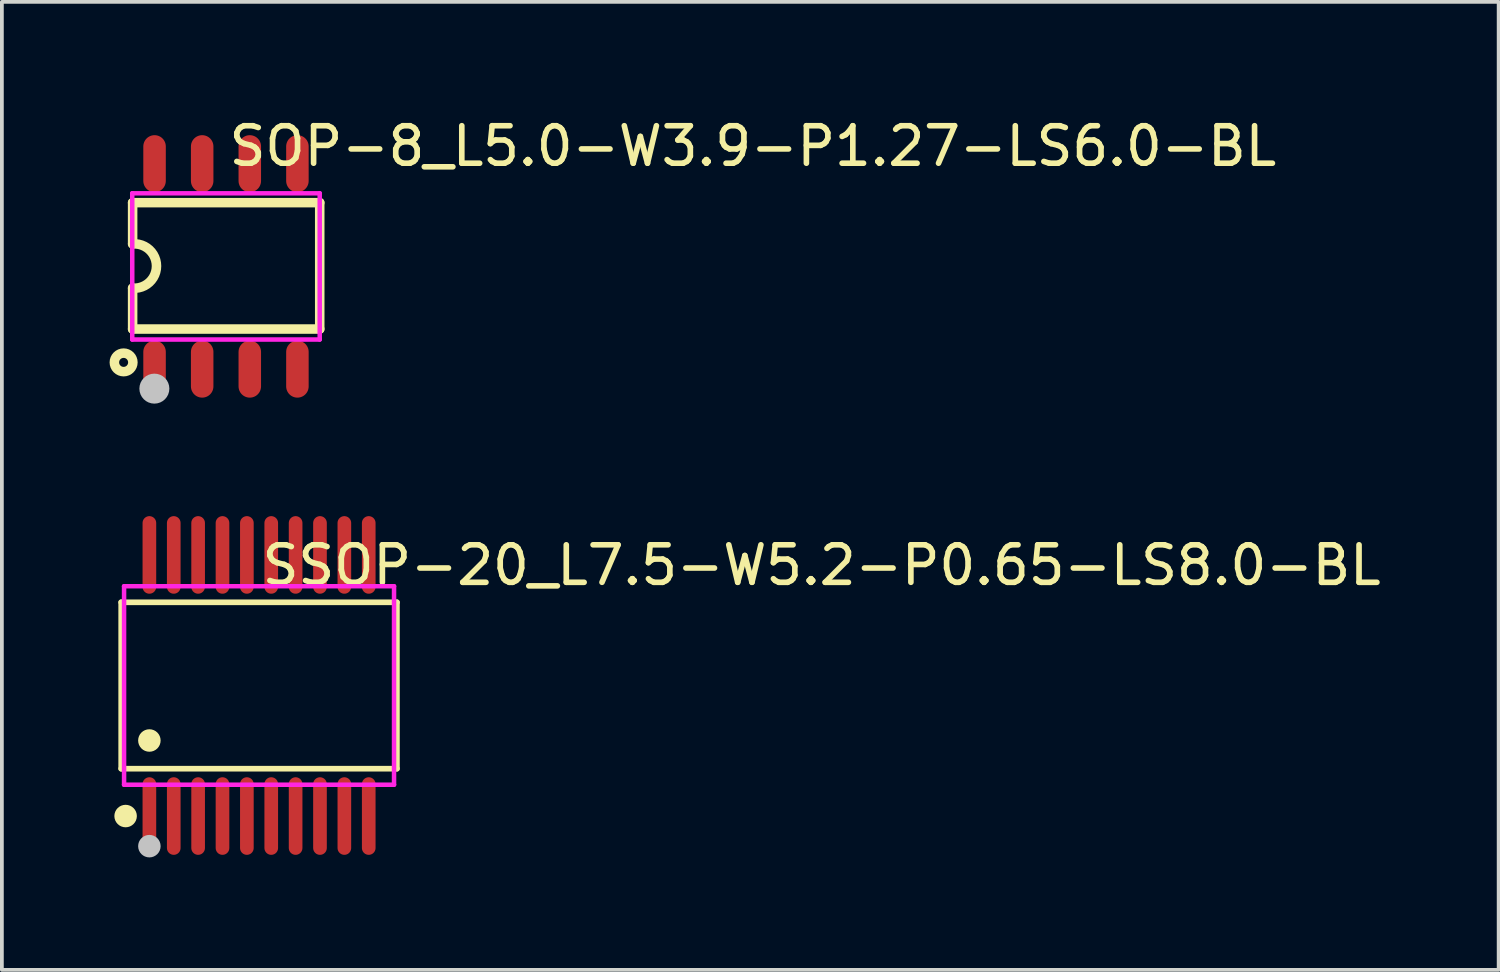
<source format=kicad_pcb>
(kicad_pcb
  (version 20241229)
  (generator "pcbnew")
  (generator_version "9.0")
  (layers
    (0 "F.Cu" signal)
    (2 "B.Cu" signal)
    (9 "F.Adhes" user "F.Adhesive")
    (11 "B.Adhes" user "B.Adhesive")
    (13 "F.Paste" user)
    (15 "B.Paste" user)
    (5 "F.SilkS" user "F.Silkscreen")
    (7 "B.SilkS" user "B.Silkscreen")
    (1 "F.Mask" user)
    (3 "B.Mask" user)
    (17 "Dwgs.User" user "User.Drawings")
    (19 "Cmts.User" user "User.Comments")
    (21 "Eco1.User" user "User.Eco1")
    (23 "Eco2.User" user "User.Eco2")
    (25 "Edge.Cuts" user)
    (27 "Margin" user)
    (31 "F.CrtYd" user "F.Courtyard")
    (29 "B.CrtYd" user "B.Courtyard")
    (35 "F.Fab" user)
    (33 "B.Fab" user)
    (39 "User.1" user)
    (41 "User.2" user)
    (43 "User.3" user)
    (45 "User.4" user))
  (footprint "SOP-8_L5.0-W3.9-P1.27-LS6.0-BL"
    (layer "F.Cu")
    (at 2.977 4.055)
    (property "Reference" "SOP-8_L5.0-W3.9-P1.27-LS6.0-BL" (at 0 -3.207 0) (layer "F.SilkS") (effects (font (size 1 1) (thickness 0.15)) (justify left)))
    (attr through_hole)
    (fp_line (start -2.49 -1.7) (end 2.5 -1.7) (stroke (width 0.254) (type solid)) (layer "F.SilkS"))
    (fp_line (start -2.49 -0.6) (end -2.49 -1.7) (stroke (width 0.254) (type solid)) (layer "F.SilkS"))
    (fp_line (start -2.49 1.671) (end -2.49 0.58) (stroke (width 0.254) (type solid)) (layer "F.SilkS"))
    (fp_line (start 2.5 -1.7) (end 2.5 1.671) (stroke (width 0.254) (type solid)) (layer "F.SilkS"))
    (fp_line (start 2.5 1.671) (end -2.49 1.671) (stroke (width 0.254) (type solid)) (layer "F.SilkS"))
    (fp_arc (start -2.489356 -0.600049) (mid -1.853286 -0.009677) (end -2.49 0.58) (stroke (width 0.254) (type solid)) (layer "F.SilkS"))
    (fp_circle (center -2.73 2.56) (end -2.61 2.56) (stroke (width 0.254) (type solid)) (fill no) (layer "F.SilkS"))
    (fp_circle (center -1.91 3.26) (end -1.71 3.26) (stroke (width 0.4) (type solid)) (fill no) (layer "Dwgs.User"))
    (fp_line (start -2.115 -2.225) (end -1.695 -2.225) (stroke (width 0.12) (type solid)) (layer "Eco2.User"))
    (fp_line (start -2.115 -1.94) (end -2.115 -2.225) (stroke (width 0.12) (type solid)) (layer "Eco2.User"))
    (fp_line (start -2.115 1.94) (end -1.695 1.94) (stroke (width 0.12) (type solid)) (layer "Eco2.User"))
    (fp_line (start -2.115 2.225) (end -2.115 1.94) (stroke (width 0.12) (type solid)) (layer "Eco2.User"))
    (fp_line (start -1.695 -2.225) (end -1.695 -1.94) (stroke (width 0.12) (type solid)) (layer "Eco2.User"))
    (fp_line (start -1.695 -1.94) (end -2.115 -1.94) (stroke (width 0.12) (type solid)) (layer "Eco2.User"))
    (fp_line (start -1.695 1.94) (end -1.695 2.225) (stroke (width 0.12) (type solid)) (layer "Eco2.User"))
    (fp_line (start -1.695 2.225) (end -2.115 2.225) (stroke (width 0.12) (type solid)) (layer "Eco2.User"))
    (fp_line (start -0.845 -2.225) (end -0.425 -2.225) (stroke (width 0.12) (type solid)) (layer "Eco2.User"))
    (fp_line (start -0.845 -1.94) (end -0.845 -2.225) (stroke (width 0.12) (type solid)) (layer "Eco2.User"))
    (fp_line (start -0.845 1.94) (end -0.425 1.94) (stroke (width 0.12) (type solid)) (layer "Eco2.User"))
    (fp_line (start -0.845 2.225) (end -0.845 1.94) (stroke (width 0.12) (type solid)) (layer "Eco2.User"))
    (fp_line (start -0.425 -2.225) (end -0.425 -1.94) (stroke (width 0.12) (type solid)) (layer "Eco2.User"))
    (fp_line (start -0.425 -1.94) (end -0.845 -1.94) (stroke (width 0.12) (type solid)) (layer "Eco2.User"))
    (fp_line (start -0.425 1.94) (end -0.425 2.225) (stroke (width 0.12) (type solid)) (layer "Eco2.User"))
    (fp_line (start -0.425 2.225) (end -0.845 2.225) (stroke (width 0.12) (type solid)) (layer "Eco2.User"))
    (fp_line (start 0.425 -2.225) (end 0.845 -2.225) (stroke (width 0.12) (type solid)) (layer "Eco2.User"))
    (fp_line (start 0.425 -1.94) (end 0.425 -2.225) (stroke (width 0.12) (type solid)) (layer "Eco2.User"))
    (fp_line (start 0.425 1.94) (end 0.845 1.94) (stroke (width 0.12) (type solid)) (layer "Eco2.User"))
    (fp_line (start 0.425 2.225) (end 0.425 1.94) (stroke (width 0.12) (type solid)) (layer "Eco2.User"))
    (fp_line (start 0.845 -2.225) (end 0.845 -1.94) (stroke (width 0.12) (type solid)) (layer "Eco2.User"))
    (fp_line (start 0.845 -1.94) (end 0.425 -1.94) (stroke (width 0.12) (type solid)) (layer "Eco2.User"))
    (fp_line (start 0.845 1.94) (end 0.845 2.225) (stroke (width 0.12) (type solid)) (layer "Eco2.User"))
    (fp_line (start 0.845 2.225) (end 0.425 2.225) (stroke (width 0.12) (type solid)) (layer "Eco2.User"))
    (fp_line (start 1.695 -2.225) (end 2.115 -2.225) (stroke (width 0.12) (type solid)) (layer "Eco2.User"))
    (fp_line (start 1.695 -1.94) (end 1.695 -2.225) (stroke (width 0.12) (type solid)) (layer "Eco2.User"))
    (fp_line (start 1.695 1.94) (end 2.115 1.94) (stroke (width 0.12) (type solid)) (layer "Eco2.User"))
    (fp_line (start 1.695 2.225) (end 1.695 1.94) (stroke (width 0.12) (type solid)) (layer "Eco2.User"))
    (fp_line (start 2.115 -2.225) (end 2.115 -1.94) (stroke (width 0.12) (type solid)) (layer "Eco2.User"))
    (fp_line (start 2.115 -1.94) (end 1.695 -1.94) (stroke (width 0.12) (type solid)) (layer "Eco2.User"))
    (fp_line (start 2.115 1.94) (end 2.115 2.225) (stroke (width 0.12) (type solid)) (layer "Eco2.User"))
    (fp_line (start 2.115 2.225) (end 1.695 2.225) (stroke (width 0.12) (type solid)) (layer "Eco2.User"))
    (fp_circle (center -2.5 3) (end -2.47 3) (stroke (width 0.06) (type solid)) (fill no) (layer "Eco2.User"))
    (fp_poly (pts (xy -1.695 -2.215) (xy -2.115 -2.215) (xy -2.115 -3) (xy -1.695 -3)) (stroke (width 0.12) (type solid)) (fill no) (layer "Eco2.User"))
    (fp_poly (pts (xy -1.695 3) (xy -2.115 3) (xy -2.115 2.215) (xy -1.695 2.215)) (stroke (width 0.12) (type solid)) (fill no) (layer "Eco2.User"))
    (fp_poly (pts (xy -0.425 -2.215) (xy -0.845 -2.215) (xy -0.845 -3) (xy -0.425 -3)) (stroke (width 0.12) (type solid)) (fill no) (layer "Eco2.User"))
    (fp_poly (pts (xy -0.425 3) (xy -0.845 3) (xy -0.845 2.215) (xy -0.425 2.215)) (stroke (width 0.12) (type solid)) (fill no) (layer "Eco2.User"))
    (fp_poly (pts (xy 0.845 -2.215) (xy 0.425 -2.215) (xy 0.425 -3) (xy 0.845 -3)) (stroke (width 0.12) (type solid)) (fill no) (layer "Eco2.User"))
    (fp_poly (pts (xy 0.845 3) (xy 0.425 3) (xy 0.425 2.215) (xy 0.845 2.215)) (stroke (width 0.12) (type solid)) (fill no) (layer "Eco2.User"))
    (fp_poly (pts (xy 2.115 -2.215) (xy 1.695 -2.215) (xy 1.695 -3) (xy 2.115 -3)) (stroke (width 0.12) (type solid)) (fill no) (layer "Eco2.User"))
    (fp_poly (pts (xy 2.115 3) (xy 1.695 3) (xy 1.695 2.215) (xy 2.115 2.215)) (stroke (width 0.12) (type solid)) (fill no) (layer "Eco2.User"))
    (fp_line (start -2.5 -1.95) (end 2.5 -1.95) (stroke (width 0.12) (type solid)) (layer "F.CrtYd"))
    (fp_line (start -2.5 1.95) (end -2.5 -1.95) (stroke (width 0.12) (type solid)) (layer "F.CrtYd"))
    (fp_line (start 2.5 -1.95) (end 2.5 1.95) (stroke (width 0.12) (type solid)) (layer "F.CrtYd"))
    (fp_line (start 2.5 1.95) (end -2.5 1.95) (stroke (width 0.12) (type solid)) (layer "F.CrtYd"))
    (pad "1" smd oval (at -1.905 2.74) (size 0.6 1.52) (layers "F.Cu" "F.Mask" "F.Paste"))
    (pad "2" smd oval (at -0.635 2.74) (size 0.6 1.52) (layers "F.Cu" "F.Mask" "F.Paste"))
    (pad "3" smd oval (at 0.635 2.74) (size 0.6 1.52) (layers "F.Cu" "F.Mask" "F.Paste"))
    (pad "4" smd oval (at 1.905 2.74) (size 0.6 1.52) (layers "F.Cu" "F.Mask" "F.Paste"))
    (pad "5" smd oval (at 1.905 -2.74) (size 0.6 1.52) (layers "F.Cu" "F.Mask" "F.Paste"))
    (pad "6" smd oval (at 0.635 -2.74) (size 0.6 1.52) (layers "F.Cu" "F.Mask" "F.Paste"))
    (pad "7" smd oval (at -0.635 -2.74) (size 0.6 1.52) (layers "F.Cu" "F.Mask" "F.Paste"))
    (pad "8" smd oval (at -1.905 -2.74) (size 0.6 1.52) (layers "F.Cu" "F.Mask" "F.Paste")))
  (footprint "SSOP-20_L7.5-W5.2-P0.65-LS8.0-BL"
    (layer "F.Cu")
    (at 3.859 15.232)
    (property "Reference" "SSOP-20_L7.5-W5.2-P0.65-LS8.0-BL" (at 0 -3.207 0) (layer "F.SilkS") (effects (font (size 1 1) (thickness 0.15)) (justify left)))
    (attr through_hole)
    (fp_line (start -3.676 -2.219) (end 3.676 -2.219) (stroke (width 0.152) (type solid)) (layer "F.SilkS"))
    (fp_line (start -3.676 2.219) (end -3.676 -2.219) (stroke (width 0.152) (type solid)) (layer "F.SilkS"))
    (fp_line (start 3.676 -2.219) (end 3.676 2.219) (stroke (width 0.152) (type solid)) (layer "F.SilkS"))
    (fp_line (start 3.676 2.219) (end -3.676 2.219) (stroke (width 0.152) (type solid)) (layer "F.SilkS"))
    (fp_circle (center -3.559 3.482) (end -3.409 3.482) (stroke (width 0.3) (type solid)) (fill no) (layer "F.SilkS"))
    (fp_circle (center -2.925 1.467) (end -2.775 1.467) (stroke (width 0.3) (type solid)) (fill no) (layer "F.SilkS"))
    (fp_circle (center -2.925 4.285) (end -2.775 4.285) (stroke (width 0.3) (type solid)) (fill no) (layer "Dwgs.User"))
    (fp_line (start -3.075 -3.146) (end -3.075 -2.638) (stroke (width 0.12) (type solid)) (layer "Eco2.User"))
    (fp_line (start -3.075 -2.638) (end -2.775 -2.638) (stroke (width 0.12) (type solid)) (layer "Eco2.User"))
    (fp_line (start -3.075 2.638) (end -2.775 2.638) (stroke (width 0.12) (type solid)) (layer "Eco2.User"))
    (fp_line (start -3.075 3.146) (end -3.075 2.638) (stroke (width 0.12) (type solid)) (layer "Eco2.User"))
    (fp_line (start -2.775 -3.146) (end -3.075 -3.146) (stroke (width 0.12) (type solid)) (layer "Eco2.User"))
    (fp_line (start -2.775 -2.638) (end -2.775 -3.146) (stroke (width 0.12) (type solid)) (layer "Eco2.User"))
    (fp_line (start -2.775 2.638) (end -2.775 3.146) (stroke (width 0.12) (type solid)) (layer "Eco2.User"))
    (fp_line (start -2.775 3.146) (end -3.075 3.146) (stroke (width 0.12) (type solid)) (layer "Eco2.User"))
    (fp_line (start -2.425 -3.146) (end -2.425 -2.638) (stroke (width 0.12) (type solid)) (layer "Eco2.User"))
    (fp_line (start -2.425 -2.638) (end -2.125 -2.638) (stroke (width 0.12) (type solid)) (layer "Eco2.User"))
    (fp_line (start -2.425 2.638) (end -2.125 2.638) (stroke (width 0.12) (type solid)) (layer "Eco2.User"))
    (fp_line (start -2.425 3.146) (end -2.425 2.638) (stroke (width 0.12) (type solid)) (layer "Eco2.User"))
    (fp_line (start -2.125 -3.146) (end -2.425 -3.146) (stroke (width 0.12) (type solid)) (layer "Eco2.User"))
    (fp_line (start -2.125 -2.638) (end -2.125 -3.146) (stroke (width 0.12) (type solid)) (layer "Eco2.User"))
    (fp_line (start -2.125 2.638) (end -2.125 3.146) (stroke (width 0.12) (type solid)) (layer "Eco2.User"))
    (fp_line (start -2.125 3.146) (end -2.425 3.146) (stroke (width 0.12) (type solid)) (layer "Eco2.User"))
    (fp_line (start -1.775 -3.146) (end -1.775 -2.638) (stroke (width 0.12) (type solid)) (layer "Eco2.User"))
    (fp_line (start -1.775 -2.638) (end -1.475 -2.638) (stroke (width 0.12) (type solid)) (layer "Eco2.User"))
    (fp_line (start -1.775 2.638) (end -1.475 2.638) (stroke (width 0.12) (type solid)) (layer "Eco2.User"))
    (fp_line (start -1.775 3.146) (end -1.775 2.638) (stroke (width 0.12) (type solid)) (layer "Eco2.User"))
    (fp_line (start -1.475 -3.146) (end -1.775 -3.146) (stroke (width 0.12) (type solid)) (layer "Eco2.User"))
    (fp_line (start -1.475 -2.638) (end -1.475 -3.146) (stroke (width 0.12) (type solid)) (layer "Eco2.User"))
    (fp_line (start -1.475 2.638) (end -1.475 3.146) (stroke (width 0.12) (type solid)) (layer "Eco2.User"))
    (fp_line (start -1.475 3.146) (end -1.775 3.146) (stroke (width 0.12) (type solid)) (layer "Eco2.User"))
    (fp_line (start -1.125 -3.146) (end -1.125 -2.638) (stroke (width 0.12) (type solid)) (layer "Eco2.User"))
    (fp_line (start -1.125 -2.638) (end -0.825 -2.638) (stroke (width 0.12) (type solid)) (layer "Eco2.User"))
    (fp_line (start -1.125 2.638) (end -0.825 2.638) (stroke (width 0.12) (type solid)) (layer "Eco2.User"))
    (fp_line (start -1.125 3.146) (end -1.125 2.638) (stroke (width 0.12) (type solid)) (layer "Eco2.User"))
    (fp_line (start -0.825 -3.146) (end -1.125 -3.146) (stroke (width 0.12) (type solid)) (layer "Eco2.User"))
    (fp_line (start -0.825 -2.638) (end -0.825 -3.146) (stroke (width 0.12) (type solid)) (layer "Eco2.User"))
    (fp_line (start -0.825 2.638) (end -0.825 3.146) (stroke (width 0.12) (type solid)) (layer "Eco2.User"))
    (fp_line (start -0.825 3.146) (end -1.125 3.146) (stroke (width 0.12) (type solid)) (layer "Eco2.User"))
    (fp_line (start -0.475 -3.146) (end -0.475 -2.638) (stroke (width 0.12) (type solid)) (layer "Eco2.User"))
    (fp_line (start -0.475 -2.638) (end -0.175 -2.638) (stroke (width 0.12) (type solid)) (layer "Eco2.User"))
    (fp_line (start -0.475 2.638) (end -0.175 2.638) (stroke (width 0.12) (type solid)) (layer "Eco2.User"))
    (fp_line (start -0.475 3.146) (end -0.475 2.638) (stroke (width 0.12) (type solid)) (layer "Eco2.User"))
    (fp_line (start -0.175 -3.146) (end -0.475 -3.146) (stroke (width 0.12) (type solid)) (layer "Eco2.User"))
    (fp_line (start -0.175 -2.638) (end -0.175 -3.146) (stroke (width 0.12) (type solid)) (layer "Eco2.User"))
    (fp_line (start -0.175 2.638) (end -0.175 3.146) (stroke (width 0.12) (type solid)) (layer "Eco2.User"))
    (fp_line (start -0.175 3.146) (end -0.475 3.146) (stroke (width 0.12) (type solid)) (layer "Eco2.User"))
    (fp_line (start 0.175 -3.146) (end 0.175 -2.638) (stroke (width 0.12) (type solid)) (layer "Eco2.User"))
    (fp_line (start 0.175 -2.638) (end 0.475 -2.638) (stroke (width 0.12) (type solid)) (layer "Eco2.User"))
    (fp_line (start 0.175 2.638) (end 0.475 2.638) (stroke (width 0.12) (type solid)) (layer "Eco2.User"))
    (fp_line (start 0.175 3.146) (end 0.175 2.638) (stroke (width 0.12) (type solid)) (layer "Eco2.User"))
    (fp_line (start 0.475 -3.146) (end 0.175 -3.146) (stroke (width 0.12) (type solid)) (layer "Eco2.User"))
    (fp_line (start 0.475 -2.638) (end 0.475 -3.146) (stroke (width 0.12) (type solid)) (layer "Eco2.User"))
    (fp_line (start 0.475 2.638) (end 0.475 3.146) (stroke (width 0.12) (type solid)) (layer "Eco2.User"))
    (fp_line (start 0.475 3.146) (end 0.175 3.146) (stroke (width 0.12) (type solid)) (layer "Eco2.User"))
    (fp_line (start 0.825 -3.146) (end 0.825 -2.638) (stroke (width 0.12) (type solid)) (layer "Eco2.User"))
    (fp_line (start 0.825 -2.638) (end 1.125 -2.638) (stroke (width 0.12) (type solid)) (layer "Eco2.User"))
    (fp_line (start 0.825 2.638) (end 1.125 2.638) (stroke (width 0.12) (type solid)) (layer "Eco2.User"))
    (fp_line (start 0.825 3.146) (end 0.825 2.638) (stroke (width 0.12) (type solid)) (layer "Eco2.User"))
    (fp_line (start 1.125 -3.146) (end 0.825 -3.146) (stroke (width 0.12) (type solid)) (layer "Eco2.User"))
    (fp_line (start 1.125 -2.638) (end 1.125 -3.146) (stroke (width 0.12) (type solid)) (layer "Eco2.User"))
    (fp_line (start 1.125 2.638) (end 1.125 3.146) (stroke (width 0.12) (type solid)) (layer "Eco2.User"))
    (fp_line (start 1.125 3.146) (end 0.825 3.146) (stroke (width 0.12) (type solid)) (layer "Eco2.User"))
    (fp_line (start 1.475 -3.146) (end 1.475 -2.638) (stroke (width 0.12) (type solid)) (layer "Eco2.User"))
    (fp_line (start 1.475 -2.638) (end 1.775 -2.638) (stroke (width 0.12) (type solid)) (layer "Eco2.User"))
    (fp_line (start 1.475 2.638) (end 1.775 2.638) (stroke (width 0.12) (type solid)) (layer "Eco2.User"))
    (fp_line (start 1.475 3.146) (end 1.475 2.638) (stroke (width 0.12) (type solid)) (layer "Eco2.User"))
    (fp_line (start 1.775 -3.146) (end 1.475 -3.146) (stroke (width 0.12) (type solid)) (layer "Eco2.User"))
    (fp_line (start 1.775 -2.638) (end 1.775 -3.146) (stroke (width 0.12) (type solid)) (layer "Eco2.User"))
    (fp_line (start 1.775 2.638) (end 1.775 3.146) (stroke (width 0.12) (type solid)) (layer "Eco2.User"))
    (fp_line (start 1.775 3.146) (end 1.475 3.146) (stroke (width 0.12) (type solid)) (layer "Eco2.User"))
    (fp_line (start 2.125 -3.146) (end 2.125 -2.638) (stroke (width 0.12) (type solid)) (layer "Eco2.User"))
    (fp_line (start 2.125 -2.638) (end 2.425 -2.638) (stroke (width 0.12) (type solid)) (layer "Eco2.User"))
    (fp_line (start 2.125 2.638) (end 2.425 2.638) (stroke (width 0.12) (type solid)) (layer "Eco2.User"))
    (fp_line (start 2.125 3.146) (end 2.125 2.638) (stroke (width 0.12) (type solid)) (layer "Eco2.User"))
    (fp_line (start 2.425 -3.146) (end 2.125 -3.146) (stroke (width 0.12) (type solid)) (layer "Eco2.User"))
    (fp_line (start 2.425 -2.638) (end 2.425 -3.146) (stroke (width 0.12) (type solid)) (layer "Eco2.User"))
    (fp_line (start 2.425 2.638) (end 2.425 3.146) (stroke (width 0.12) (type solid)) (layer "Eco2.User"))
    (fp_line (start 2.425 3.146) (end 2.125 3.146) (stroke (width 0.12) (type solid)) (layer "Eco2.User"))
    (fp_line (start 2.775 -3.146) (end 2.775 -2.638) (stroke (width 0.12) (type solid)) (layer "Eco2.User"))
    (fp_line (start 2.775 -2.638) (end 3.075 -2.638) (stroke (width 0.12) (type solid)) (layer "Eco2.User"))
    (fp_line (start 2.775 2.638) (end 3.075 2.638) (stroke (width 0.12) (type solid)) (layer "Eco2.User"))
    (fp_line (start 2.775 3.146) (end 2.775 2.638) (stroke (width 0.12) (type solid)) (layer "Eco2.User"))
    (fp_line (start 3.075 -3.146) (end 2.775 -3.146) (stroke (width 0.12) (type solid)) (layer "Eco2.User"))
    (fp_line (start 3.075 -2.638) (end 3.075 -3.146) (stroke (width 0.12) (type solid)) (layer "Eco2.User"))
    (fp_line (start 3.075 2.638) (end 3.075 3.146) (stroke (width 0.12) (type solid)) (layer "Eco2.User"))
    (fp_line (start 3.075 3.146) (end 2.775 3.146) (stroke (width 0.12) (type solid)) (layer "Eco2.User"))
    (fp_circle (center -3.6 3.885) (end -3.57 3.885) (stroke (width 0.06) (type solid)) (fill no) (layer "Eco2.User"))
    (fp_poly (pts (xy -3.075 -3.885) (xy -3.075 -3.136) (xy -2.775 -3.136) (xy -2.775 -3.885)) (stroke (width 0.12) (type solid)) (fill no) (layer "Eco2.User"))
    (fp_poly (pts (xy -3.075 3.885) (xy -3.075 3.136) (xy -2.775 3.136) (xy -2.775 3.885)) (stroke (width 0.12) (type solid)) (fill no) (layer "Eco2.User"))
    (fp_poly (pts (xy -2.425 -3.885) (xy -2.425 -3.136) (xy -2.125 -3.136) (xy -2.125 -3.885)) (stroke (width 0.12) (type solid)) (fill no) (layer "Eco2.User"))
    (fp_poly (pts (xy -2.425 3.885) (xy -2.425 3.136) (xy -2.125 3.136) (xy -2.125 3.885)) (stroke (width 0.12) (type solid)) (fill no) (layer "Eco2.User"))
    (fp_poly (pts (xy -1.775 -3.885) (xy -1.775 -3.136) (xy -1.475 -3.136) (xy -1.475 -3.885)) (stroke (width 0.12) (type solid)) (fill no) (layer "Eco2.User"))
    (fp_poly (pts (xy -1.775 3.885) (xy -1.775 3.136) (xy -1.475 3.136) (xy -1.475 3.885)) (stroke (width 0.12) (type solid)) (fill no) (layer "Eco2.User"))
    (fp_poly (pts (xy -1.125 -3.885) (xy -1.125 -3.136) (xy -0.825 -3.136) (xy -0.825 -3.885)) (stroke (width 0.12) (type solid)) (fill no) (layer "Eco2.User"))
    (fp_poly (pts (xy -1.125 3.885) (xy -1.125 3.136) (xy -0.825 3.136) (xy -0.825 3.885)) (stroke (width 0.12) (type solid)) (fill no) (layer "Eco2.User"))
    (fp_poly (pts (xy -0.475 -3.885) (xy -0.475 -3.136) (xy -0.175 -3.136) (xy -0.175 -3.885)) (stroke (width 0.12) (type solid)) (fill no) (layer "Eco2.User"))
    (fp_poly (pts (xy -0.475 3.885) (xy -0.475 3.136) (xy -0.175 3.136) (xy -0.175 3.885)) (stroke (width 0.12) (type solid)) (fill no) (layer "Eco2.User"))
    (fp_poly (pts (xy 0.175 -3.885) (xy 0.175 -3.136) (xy 0.475 -3.136) (xy 0.475 -3.885)) (stroke (width 0.12) (type solid)) (fill no) (layer "Eco2.User"))
    (fp_poly (pts (xy 0.175 3.885) (xy 0.175 3.136) (xy 0.475 3.136) (xy 0.475 3.885)) (stroke (width 0.12) (type solid)) (fill no) (layer "Eco2.User"))
    (fp_poly (pts (xy 0.825 -3.885) (xy 0.825 -3.136) (xy 1.125 -3.136) (xy 1.125 -3.885)) (stroke (width 0.12) (type solid)) (fill no) (layer "Eco2.User"))
    (fp_poly (pts (xy 0.825 3.885) (xy 0.825 3.136) (xy 1.125 3.136) (xy 1.125 3.885)) (stroke (width 0.12) (type solid)) (fill no) (layer "Eco2.User"))
    (fp_poly (pts (xy 1.475 -3.885) (xy 1.475 -3.136) (xy 1.775 -3.136) (xy 1.775 -3.885)) (stroke (width 0.12) (type solid)) (fill no) (layer "Eco2.User"))
    (fp_poly (pts (xy 1.475 3.885) (xy 1.475 3.136) (xy 1.775 3.136) (xy 1.775 3.885)) (stroke (width 0.12) (type solid)) (fill no) (layer "Eco2.User"))
    (fp_poly (pts (xy 2.125 -3.885) (xy 2.125 -3.136) (xy 2.425 -3.136) (xy 2.425 -3.885)) (stroke (width 0.12) (type solid)) (fill no) (layer "Eco2.User"))
    (fp_poly (pts (xy 2.125 3.885) (xy 2.125 3.136) (xy 2.425 3.136) (xy 2.425 3.885)) (stroke (width 0.12) (type solid)) (fill no) (layer "Eco2.User"))
    (fp_poly (pts (xy 2.775 -3.885) (xy 2.775 -3.136) (xy 3.075 -3.136) (xy 3.075 -3.885)) (stroke (width 0.12) (type solid)) (fill no) (layer "Eco2.User"))
    (fp_poly (pts (xy 2.775 3.885) (xy 2.775 3.136) (xy 3.075 3.136) (xy 3.075 3.885)) (stroke (width 0.12) (type solid)) (fill no) (layer "Eco2.User"))
    (fp_line (start -3.6 -2.647) (end 3.6 -2.647) (stroke (width 0.12) (type solid)) (layer "F.CrtYd"))
    (fp_line (start -3.6 2.647) (end -3.6 -2.647) (stroke (width 0.12) (type solid)) (layer "F.CrtYd"))
    (fp_line (start 3.6 -2.647) (end 3.6 2.647) (stroke (width 0.12) (type solid)) (layer "F.CrtYd"))
    (fp_line (start 3.6 2.647) (end -3.6 2.647) (stroke (width 0.12) (type solid)) (layer "F.CrtYd"))
    (pad "1" smd oval (at -2.925 3.482) (size 0.364 2.069) (layers "F.Cu" "F.Mask" "F.Paste"))
    (pad "2" smd oval (at -2.275 3.482) (size 0.364 2.069) (layers "F.Cu" "F.Mask" "F.Paste"))
    (pad "3" smd oval (at -1.625 3.482) (size 0.364 2.069) (layers "F.Cu" "F.Mask" "F.Paste"))
    (pad "4" smd oval (at -0.975 3.482) (size 0.364 2.069) (layers "F.Cu" "F.Mask" "F.Paste"))
    (pad "5" smd oval (at -0.325 3.482) (size 0.364 2.069) (layers "F.Cu" "F.Mask" "F.Paste"))
    (pad "6" smd oval (at 0.325 3.482) (size 0.364 2.069) (layers "F.Cu" "F.Mask" "F.Paste"))
    (pad "7" smd oval (at 0.975 3.482) (size 0.364 2.069) (layers "F.Cu" "F.Mask" "F.Paste"))
    (pad "8" smd oval (at 1.625 3.482) (size 0.364 2.069) (layers "F.Cu" "F.Mask" "F.Paste"))
    (pad "9" smd oval (at 2.275 3.482) (size 0.364 2.069) (layers "F.Cu" "F.Mask" "F.Paste"))
    (pad "10" smd oval (at 2.925 3.482) (size 0.364 2.069) (layers "F.Cu" "F.Mask" "F.Paste"))
    (pad "11" smd oval (at 2.925 -3.482) (size 0.364 2.069) (layers "F.Cu" "F.Mask" "F.Paste"))
    (pad "12" smd oval (at 2.275 -3.482) (size 0.364 2.069) (layers "F.Cu" "F.Mask" "F.Paste"))
    (pad "13" smd oval (at 1.625 -3.482) (size 0.364 2.069) (layers "F.Cu" "F.Mask" "F.Paste"))
    (pad "14" smd oval (at 0.975 -3.482) (size 0.364 2.069) (layers "F.Cu" "F.Mask" "F.Paste"))
    (pad "15" smd oval (at 0.325 -3.482) (size 0.364 2.069) (layers "F.Cu" "F.Mask" "F.Paste"))
    (pad "16" smd oval (at -0.325 -3.482) (size 0.364 2.069) (layers "F.Cu" "F.Mask" "F.Paste"))
    (pad "17" smd oval (at -0.975 -3.482) (size 0.364 2.069) (layers "F.Cu" "F.Mask" "F.Paste"))
    (pad "18" smd oval (at -1.625 -3.482) (size 0.364 2.069) (layers "F.Cu" "F.Mask" "F.Paste"))
    (pad "19" smd oval (at -2.275 -3.482) (size 0.364 2.069) (layers "F.Cu" "F.Mask" "F.Paste"))
    (pad "20" smd oval (at -2.925 -3.482) (size 0.364 2.069) (layers "F.Cu" "F.Mask" "F.Paste")))
  (gr_rect
    (start -3 -3)
    (end 36.919 22.817)
    (stroke (width 0.1) (type default))
    (fill no)
    (layer "Edge.Cuts")))
</source>
